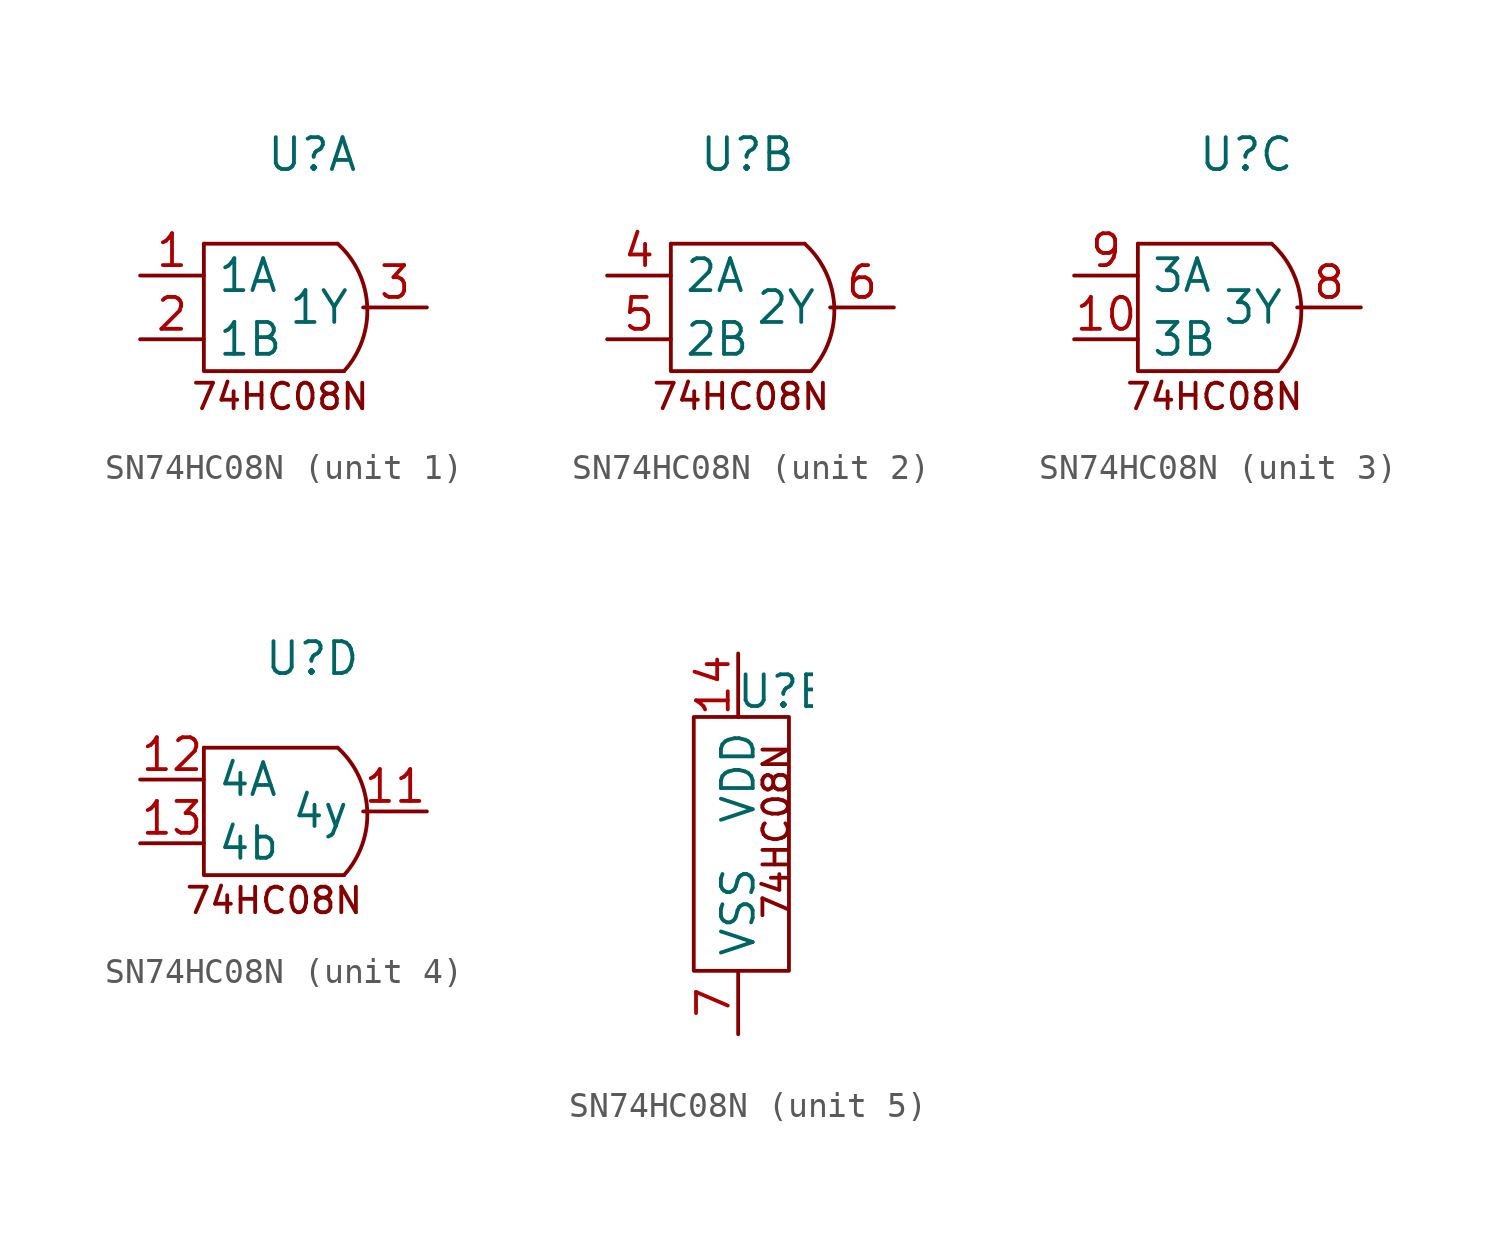
<source format=kicad_sym>
(kicad_symbol_lib
  (version 20231120)
  (generator "kicad_symbol_editor")
  (generator_version "8.0")
  (symbol "SN74HC08N"
    (property "Reference" "U"
      (at 1.778 6.096 0)
      (effects (font (size 1.27 1.27))))
    (property "Value" ""
      (at 0 0 0)
      (effects (font (size 1.27 1.27))))
    (property "ki_locked" ""
      (at 0 0 0)
      (effects (font (size 1.27 1.27))))
    (symbol "SN74HC08N_1_1"
      (polyline (pts (xy -2.54 2.54) (xy 2.794 2.54)) (stroke (width 0) (type default)) (fill (type none)))
      (polyline (pts (xy -2.54 2.54) (xy -2.54 -2.54) (xy 3.048 -2.54)) (stroke (width 0) (type default)) (fill (type none)))
      (arc (start 3.048 -2.54) (mid 3.9731 0.0526) (end 2.794 2.54) (stroke (width 0) (type default)) (fill (type none)))
      (text "74HC08N" (at 0.508 -3.556 0) (effects (font (size 1.016 1.016))))
      (pin input line (at -5.08 1.27 0) (length 2.54) (name "1A" (effects (font (size 1.27 1.27)))) (number "1" (effects (font (size 1.27 1.27)))))
      (pin input line (at -5.08 -1.27 0) (length 2.54) (name "1B" (effects (font (size 1.27 1.27)))) (number "2" (effects (font (size 1.27 1.27)))))
      (pin output line (at 6.35 0 180) (length 2.54) (name "1Y" (effects (font (size 1.27 1.27)))) (number "3" (effects (font (size 1.27 1.27))))))
    (symbol "SN74HC08N_2_1"
      (polyline (pts (xy -1.27 2.54) (xy 4.064 2.54)) (stroke (width 0) (type default)) (fill (type none)))
      (polyline (pts (xy -1.27 2.54) (xy -1.27 -2.54) (xy 4.318 -2.54)) (stroke (width 0) (type default)) (fill (type none)))
      (arc (start 4.318 -2.54) (mid 5.2431 0.0526) (end 4.064 2.54) (stroke (width 0) (type default)) (fill (type none)))
      (text "74HC08N" (at 1.524 -3.556 0) (effects (font (size 1.016 1.016))))
      (pin input line (at -3.81 1.27 0) (length 2.54) (name "2A" (effects (font (size 1.27 1.27)))) (number "4" (effects (font (size 1.27 1.27)))))
      (pin input line (at -3.81 -1.27 0) (length 2.54) (name "2B" (effects (font (size 1.27 1.27)))) (number "5" (effects (font (size 1.27 1.27)))))
      (pin output line (at 7.62 0 180) (length 2.54) (name "2Y" (effects (font (size 1.27 1.27)))) (number "6" (effects (font (size 1.27 1.27))))))
    (symbol "SN74HC08N_3_1"
      (polyline (pts (xy -2.54 2.54) (xy 2.794 2.54)) (stroke (width 0) (type default)) (fill (type none)))
      (polyline (pts (xy -2.54 2.54) (xy -2.54 -2.54) (xy 3.048 -2.54)) (stroke (width 0) (type default)) (fill (type none)))
      (arc (start 3.048 -2.54) (mid 3.9731 0.0526) (end 2.794 2.54) (stroke (width 0) (type default)) (fill (type none)))
      (text "74HC08N" (at 0.508 -3.556 0) (effects (font (size 1.016 1.016))))
      (pin input line (at -5.08 -1.27 0) (length 2.54) (name "3B" (effects (font (size 1.27 1.27)))) (number "10" (effects (font (size 1.27 1.27)))))
      (pin output line (at 6.35 0 180) (length 2.54) (name "3Y" (effects (font (size 1.27 1.27)))) (number "8" (effects (font (size 1.27 1.27)))))
      (pin input line (at -5.08 1.27 0) (length 2.54) (name "3A" (effects (font (size 1.27 1.27)))) (number "9" (effects (font (size 1.27 1.27))))))
    (symbol "SN74HC08N_4_1"
      (polyline (pts (xy -2.54 2.54) (xy 2.794 2.54)) (stroke (width 0) (type default)) (fill (type none)))
      (polyline (pts (xy -2.54 2.54) (xy -2.54 -2.54) (xy 3.048 -2.54)) (stroke (width 0) (type default)) (fill (type none)))
      (arc (start 3.048 -2.54) (mid 3.9731 0.0526) (end 2.794 2.54) (stroke (width 0) (type default)) (fill (type none)))
      (text "74HC08N" (at 0.254 -3.556 0) (effects (font (size 1.016 1.016))))
      (pin output line (at 6.35 0 180) (length 2.54) (name "4y" (effects (font (size 1.27 1.27)))) (number "11" (effects (font (size 1.27 1.27)))))
      (pin input line (at -5.08 1.27 0) (length 2.54) (name "4A" (effects (font (size 1.27 1.27)))) (number "12" (effects (font (size 1.27 1.27)))))
      (pin input line (at -5.08 -1.27 0) (length 2.54) (name "4b" (effects (font (size 1.27 1.27)))) (number "13" (effects (font (size 1.27 1.27))))))
    (symbol "SN74HC08N_5_1"
      (rectangle (start -1.778 5.08) (end 2.032 -5.08) (stroke (width 0) (type default)) (fill (type none)))
      (text "74HC08N" (at 1.524 0.508 900) (effects (font (size 1.016 1.016))))
      (pin power_in line (at 0 7.62 270) (length 2.54) (name "VDD" (effects (font (size 1.27 1.27)))) (number "14" (effects (font (size 1.27 1.27)))))
      (pin power_in line (at 0 -7.62 90) (length 2.54) (name "VSS" (effects (font (size 1.27 1.27)))) (number "7" (effects (font (size 1.27 1.27))))))))
</source>
